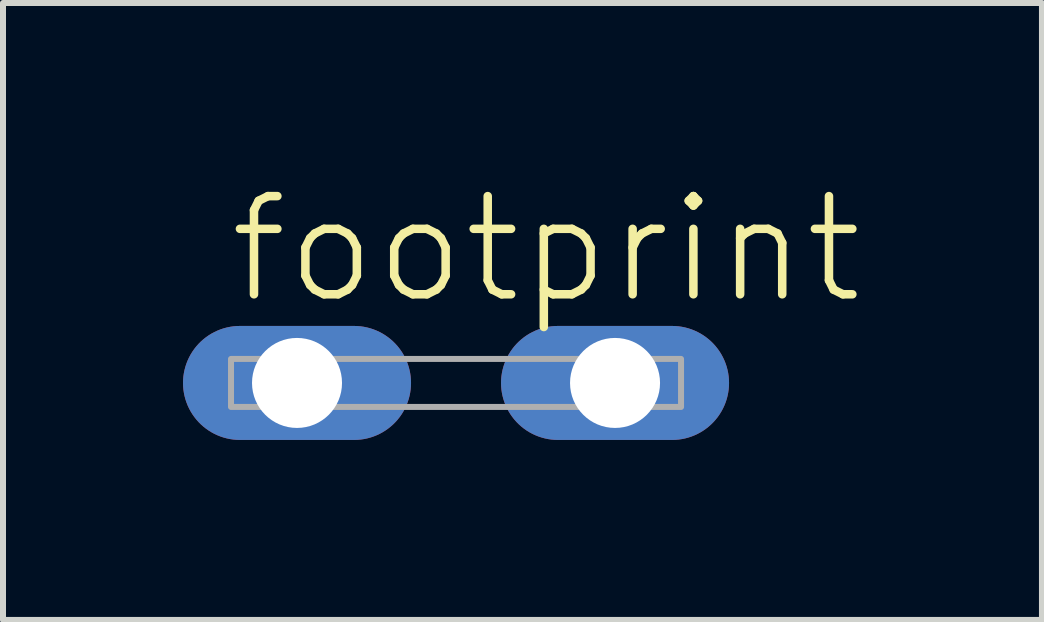
<source format=kicad_pcb>
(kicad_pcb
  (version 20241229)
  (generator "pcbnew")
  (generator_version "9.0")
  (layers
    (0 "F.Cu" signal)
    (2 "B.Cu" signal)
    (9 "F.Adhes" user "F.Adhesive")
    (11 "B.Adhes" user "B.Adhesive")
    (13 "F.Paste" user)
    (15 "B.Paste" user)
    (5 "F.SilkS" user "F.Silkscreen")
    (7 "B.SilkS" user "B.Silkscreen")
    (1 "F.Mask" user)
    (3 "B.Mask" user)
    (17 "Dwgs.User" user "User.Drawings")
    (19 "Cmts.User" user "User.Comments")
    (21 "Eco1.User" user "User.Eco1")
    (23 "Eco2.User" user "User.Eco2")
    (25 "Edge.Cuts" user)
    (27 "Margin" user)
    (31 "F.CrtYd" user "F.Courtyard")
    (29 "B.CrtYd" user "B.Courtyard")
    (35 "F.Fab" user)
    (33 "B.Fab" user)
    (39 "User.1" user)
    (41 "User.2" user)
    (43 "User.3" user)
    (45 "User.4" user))
  (footprint "footprint"
    (layer "F.Cu")
    (at 4.55 3.332)
    (property "Reference" "footprint" (at -3.85 -1.27 0) (layer "F.SilkS") (effects (font (size 1.636 1.636) (thickness 0.142)) (justify left bottom)))
    (fp_poly (pts (xy -3.75 0.4) (xy 3.75 0.4) (xy 3.75 -0.4) (xy -3.75 -0.4)) (stroke (width 0.1) (type solid)) (fill no) (layer "F.Fab"))
    (pad "A1" thru_hole oval (at -2.65 0) (size 3.8 1.9) (drill 1.5) (layers "*.Cu" "*.Mask"))
    (pad "A2" thru_hole oval (at 2.65 0) (size 3.8 1.9) (drill 1.5) (layers "*.Cu" "*.Mask")))
  (gr_rect
    (start -3 -3)
    (end 14.315 7.282)
    (stroke (width 0.1) (type default))
    (fill no)
    (layer "Edge.Cuts")))
</source>
